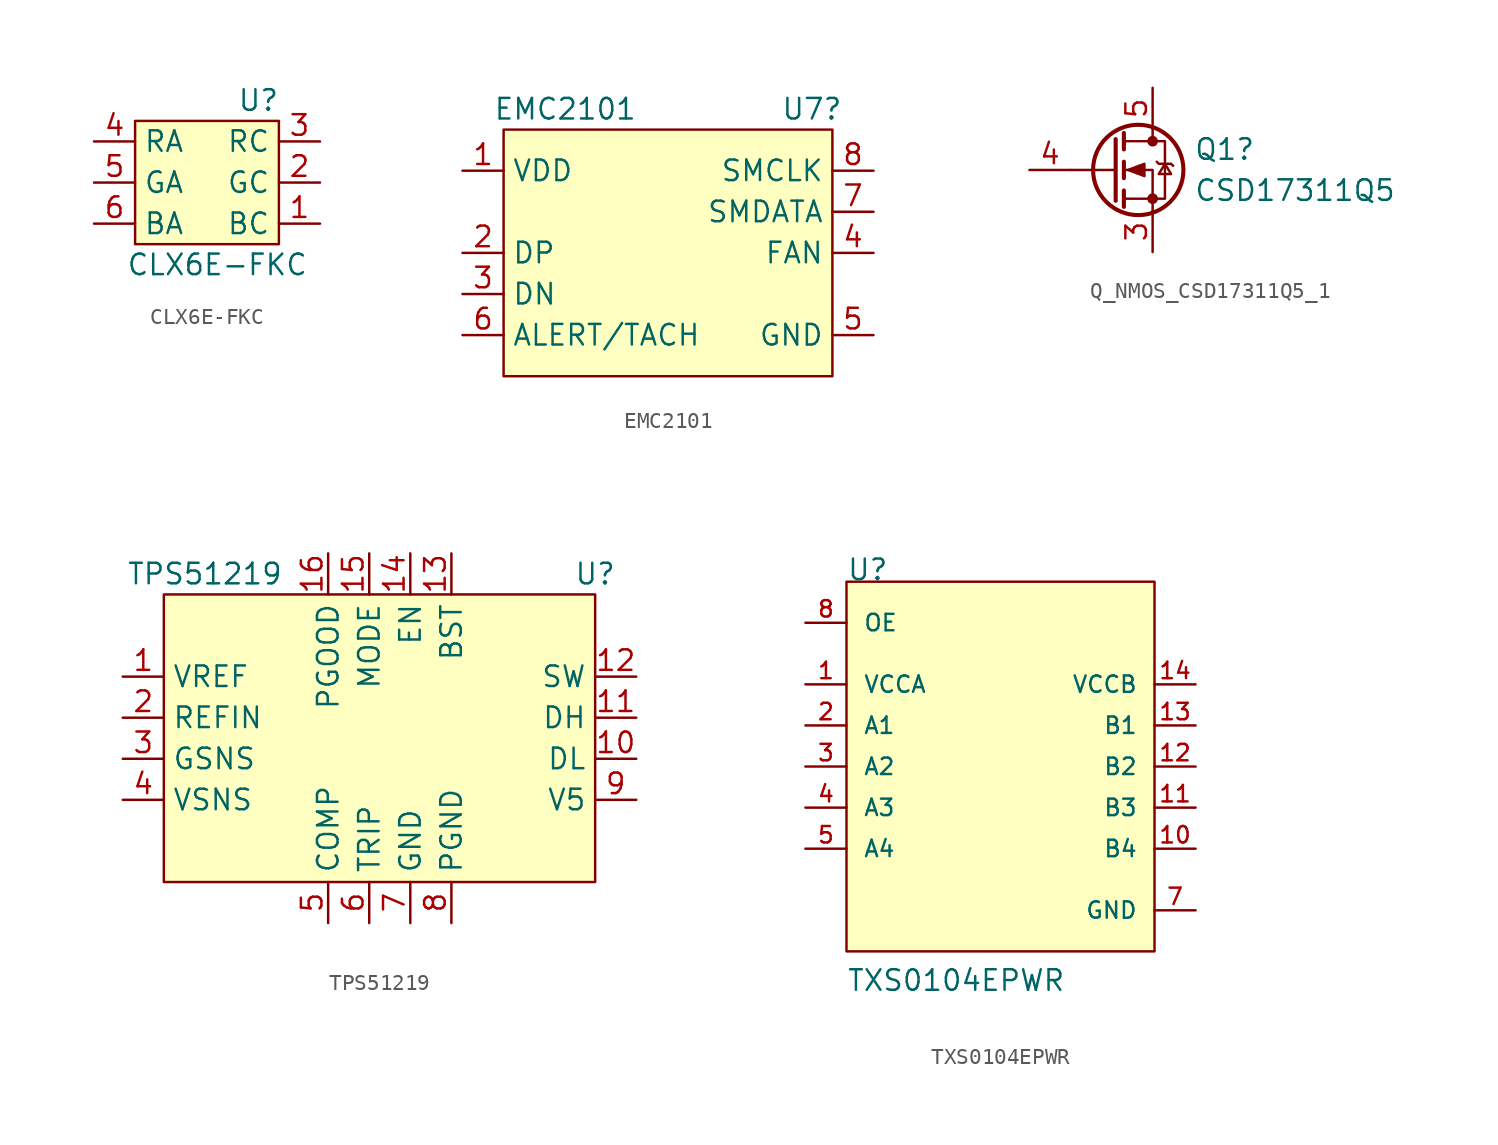
<source format=kicad_sym>
(kicad_symbol_lib
  (version 20241209)
  (generator "kicad_symbol_editor")
  (generator_version "9.0")
  (symbol "CLX6E-FKC"
    (property "Reference" "U"
      (at 3.81 5.08 0)
      (effects (font (size 1.27 1.27))))
    (property "Value" "CLX6E-FKC"
      (at 1.27 -5.08 0)
      (effects (font (size 1.27 1.27))))
    (symbol "CLX6E-FKC_0_1"
      (rectangle (start -3.81 3.81) (end 5.08 -3.81) (stroke (width 0.152) (type default)) (fill (type background))))
    (symbol "CLX6E-FKC_1_1"
      (pin bidirectional line (at -6.35 2.54 0) (length 2.54) (name "RA" (effects (font (size 1.27 1.27)))) (number "4" (effects (font (size 1.27 1.27)))))
      (pin bidirectional line (at -6.35 0 0) (length 2.54) (name "GA" (effects (font (size 1.27 1.27)))) (number "5" (effects (font (size 1.27 1.27)))))
      (pin input line (at -6.35 -2.54 0) (length 2.54) (name "BA" (effects (font (size 1.27 1.27)))) (number "6" (effects (font (size 1.27 1.27)))))
      (pin bidirectional line (at 7.62 2.54 180) (length 2.54) (name "RC" (effects (font (size 1.27 1.27)))) (number "3" (effects (font (size 1.27 1.27)))))
      (pin bidirectional line (at 7.62 0 180) (length 2.54) (name "GC" (effects (font (size 1.27 1.27)))) (number "2" (effects (font (size 1.27 1.27)))))
      (pin bidirectional line (at 7.62 -2.54 180) (length 2.54) (name "BC" (effects (font (size 1.27 1.27)))) (number "1" (effects (font (size 1.27 1.27)))))))
  (symbol "EMC2101"
    (property "Reference" "U7"
      (at 8.89 8.89 0)
      (effects (font (size 1.27 1.27))))
    (property "Value" "EMC2101"
      (at -6.35 8.89 0)
      (effects (font (size 1.27 1.27))))
    (symbol "EMC2101_0_1"
      (rectangle (start -10.16 7.62) (end 10.16 -7.62) (stroke (width 0.152) (type default)) (fill (type background))))
    (symbol "EMC2101_1_1"
      (pin power_in line (at -12.7 5.08 0) (length 2.54) (name "VDD" (effects (font (size 1.27 1.27)))) (number "1" (effects (font (size 1.27 1.27)))))
      (pin input line (at -12.7 0 0) (length 2.54) (name "DP" (effects (font (size 1.27 1.27)))) (number "2" (effects (font (size 1.27 1.27)))))
      (pin input line (at -12.7 -2.54 0) (length 2.54) (name "DN" (effects (font (size 1.27 1.27)))) (number "3" (effects (font (size 1.27 1.27)))))
      (pin input line (at -12.7 -5.08 0) (length 2.54) (name "ALERT/TACH" (effects (font (size 1.27 1.27)))) (number "6" (effects (font (size 1.27 1.27)))))
      (pin input line (at 12.7 5.08 180) (length 2.54) (name "SMCLK" (effects (font (size 1.27 1.27)))) (number "8" (effects (font (size 1.27 1.27)))))
      (pin input line (at 12.7 2.54 180) (length 2.54) (name "SMDATA" (effects (font (size 1.27 1.27)))) (number "7" (effects (font (size 1.27 1.27)))))
      (pin output line (at 12.7 0 180) (length 2.54) (name "FAN" (effects (font (size 1.27 1.27)))) (number "4" (effects (font (size 1.27 1.27)))))
      (pin power_in line (at 12.7 -5.08 180) (length 2.54) (name "GND" (effects (font (size 1.27 1.27)))) (number "5" (effects (font (size 1.27 1.27)))))))
  (symbol "Q_NMOS_CSD17311Q5_1"
    (pin_names
      (offset 0)
      (hide yes))
    (property "Reference" "Q1"
      (at 5.08 1.27 0)
      (effects (font (size 1.27 1.27)) (justify left)))
    (property "Value" "CSD17311Q5"
      (at 5.08 -1.27 0)
      (effects (font (size 1.27 1.27)) (justify left)))
    (symbol "Q_NMOS_CSD17311Q5_1_0_1"
      (polyline (pts (xy 0.254 1.905) (xy 0.254 -1.905)) (stroke (width 0.254) (type default)) (fill (type none)))
      (polyline (pts (xy 0.254 0) (xy -2.54 0)) (stroke (width 0) (type default)) (fill (type none)))
      (polyline (pts (xy 0.762 2.286) (xy 0.762 1.27)) (stroke (width 0.254) (type default)) (fill (type none)))
      (polyline (pts (xy 0.762 0.508) (xy 0.762 -0.508)) (stroke (width 0.254) (type default)) (fill (type none)))
      (polyline (pts (xy 0.762 -1.27) (xy 0.762 -2.286)) (stroke (width 0.254) (type default)) (fill (type none)))
      (polyline (pts (xy 0.762 -1.778) (xy 3.302 -1.778) (xy 3.302 1.778) (xy 0.762 1.778)) (stroke (width 0) (type default)) (fill (type none)))
      (polyline (pts (xy 1.016 0) (xy 2.032 0.381) (xy 2.032 -0.381) (xy 1.016 0)) (stroke (width 0) (type default)) (fill (type outline)))
      (circle (center 1.651 0) (radius 2.794) (stroke (width 0.254) (type default)) (fill (type none)))
      (polyline (pts (xy 2.54 2.54) (xy 2.54 1.778)) (stroke (width 0) (type default)) (fill (type none)))
      (circle (center 2.54 1.778) (radius 0.254) (stroke (width 0) (type default)) (fill (type outline)))
      (circle (center 2.54 -1.778) (radius 0.254) (stroke (width 0) (type default)) (fill (type outline)))
      (polyline (pts (xy 2.54 -2.54) (xy 2.54 0) (xy 0.762 0)) (stroke (width 0) (type default)) (fill (type none)))
      (polyline (pts (xy 2.794 0.508) (xy 2.921 0.381) (xy 3.683 0.381) (xy 3.81 0.254)) (stroke (width 0) (type default)) (fill (type none)))
      (polyline (pts (xy 3.302 0.381) (xy 2.921 -0.254) (xy 3.683 -0.254) (xy 3.302 0.381)) (stroke (width 0) (type default)) (fill (type none))))
    (symbol "Q_NMOS_CSD17311Q5_1_1_1"
      (pin input line (at -5.08 0 0) (length 2.54) (name "G" (effects (font (size 1.27 1.27)))) (number "4" (effects (font (size 1.27 1.27)))))
      (pin passive line (at 2.54 5.08 270) (length 2.54) (name "D" (effects (font (size 1.27 1.27)))) (number "5" (effects (font (size 1.27 1.27)))))
      (pin passive line (at 2.54 -5.08 90) (length 2.54) (hide yes) (name "" (effects (font (size 1.27 1.27)))) (number "1" (effects (font (size 1.27 1.27)))))
      (pin passive line (at 2.54 -5.08 90) (length 2.54) (hide yes) (name "" (effects (font (size 1.27 1.27)))) (number "2" (effects (font (size 1.27 1.27)))))
      (pin passive line (at 2.54 -5.08 90) (length 2.54) (name "S" (effects (font (size 1.27 1.27)))) (number "3" (effects (font (size 1.27 1.27)))))))
  (symbol "TPS51219"
    (property "Reference" "U"
      (at 13.97 8.89 0)
      (effects (font (size 1.27 1.27))))
    (property "Value" "TPS51219"
      (at -10.16 8.89 0)
      (effects (font (size 1.27 1.27))))
    (symbol "TPS51219_0_1"
      (rectangle (start -12.7 7.62) (end 13.97 -10.16) (stroke (width 0.152) (type default)) (fill (type background))))
    (symbol "TPS51219_1_1"
      (pin input line (at -15.24 2.54 0) (length 2.54) (name "VREF" (effects (font (size 1.27 1.27)))) (number "1" (effects (font (size 1.27 1.27)))))
      (pin input line (at -15.24 0 0) (length 2.54) (name "REFIN" (effects (font (size 1.27 1.27)))) (number "2" (effects (font (size 1.27 1.27)))))
      (pin input line (at -15.24 -2.54 0) (length 2.54) (name "GSNS" (effects (font (size 1.27 1.27)))) (number "3" (effects (font (size 1.27 1.27)))))
      (pin input line (at -15.24 -5.08 0) (length 2.54) (name "VSNS" (effects (font (size 1.27 1.27)))) (number "4" (effects (font (size 1.27 1.27)))))
      (pin input line (at -2.54 10.16 270) (length 2.54) (name "PGOOD" (effects (font (size 1.27 1.27)))) (number "16" (effects (font (size 1.27 1.27)))))
      (pin input line (at -2.54 -12.7 90) (length 2.54) (name "COMP" (effects (font (size 1.27 1.27)))) (number "5" (effects (font (size 1.27 1.27)))))
      (pin input line (at 0 10.16 270) (length 2.54) (name "MODE" (effects (font (size 1.27 1.27)))) (number "15" (effects (font (size 1.27 1.27)))))
      (pin input line (at 0 -12.7 90) (length 2.54) (name "TRIP" (effects (font (size 1.27 1.27)))) (number "6" (effects (font (size 1.27 1.27)))))
      (pin input line (at 2.54 10.16 270) (length 2.54) (name "EN" (effects (font (size 1.27 1.27)))) (number "14" (effects (font (size 1.27 1.27)))))
      (pin input line (at 2.54 -12.7 90) (length 2.54) (name "GND" (effects (font (size 1.27 1.27)))) (number "7" (effects (font (size 1.27 1.27)))))
      (pin input line (at 5.08 10.16 270) (length 2.54) (name "BST" (effects (font (size 1.27 1.27)))) (number "13" (effects (font (size 1.27 1.27)))))
      (pin input line (at 5.08 -12.7 90) (length 2.54) (name "PGND" (effects (font (size 1.27 1.27)))) (number "8" (effects (font (size 1.27 1.27)))))
      (pin input line (at 16.51 2.54 180) (length 2.54) (name "SW" (effects (font (size 1.27 1.27)))) (number "12" (effects (font (size 1.27 1.27)))))
      (pin input line (at 16.51 0 180) (length 2.54) (name "DH" (effects (font (size 1.27 1.27)))) (number "11" (effects (font (size 1.27 1.27)))))
      (pin input line (at 16.51 -2.54 180) (length 2.54) (name "DL" (effects (font (size 1.27 1.27)))) (number "10" (effects (font (size 1.27 1.27)))))
      (pin input line (at 16.51 -5.08 180) (length 2.54) (name "V5" (effects (font (size 1.27 1.27)))) (number "9" (effects (font (size 1.27 1.27)))))))
  (symbol "TXS0104EPWR"
    (pin_names
      (offset 1.016))
    (property "Reference" "U"
      (at -10.16 10.16 0)
      (effects (font (size 1.27 1.27)) (justify left bottom)))
    (property "Value" "TXS0104EPWR"
      (at -10.16 -15.24 0)
      (effects (font (size 1.27 1.27)) (justify left bottom)))
    (symbol "TXS0104EPWR_0_0"
      (rectangle (start -10.16 10.16) (end 8.89 -12.7) (stroke (width 0.152) (type default)) (fill (type background)))
      (pin input line (at -12.7 7.62 0) (length 2.54) (name "OE" (effects (font (size 1.016 1.016)))) (number "8" (effects (font (size 1.016 1.016)))))
      (pin power_in line (at -12.7 3.81 0) (length 2.54) (name "VCCA" (effects (font (size 1.016 1.016)))) (number "1" (effects (font (size 1.016 1.016)))))
      (pin bidirectional line (at -12.7 1.27 0) (length 2.54) (name "A1" (effects (font (size 1.016 1.016)))) (number "2" (effects (font (size 1.016 1.016)))))
      (pin bidirectional line (at -12.7 -1.27 0) (length 2.54) (name "A2" (effects (font (size 1.016 1.016)))) (number "3" (effects (font (size 1.016 1.016)))))
      (pin bidirectional line (at -12.7 -3.81 0) (length 2.54) (name "A3" (effects (font (size 1.016 1.016)))) (number "4" (effects (font (size 1.016 1.016)))))
      (pin bidirectional line (at -12.7 -6.35 0) (length 2.54) (name "A4" (effects (font (size 1.016 1.016)))) (number "5" (effects (font (size 1.016 1.016)))))
      (pin power_in line (at 11.43 3.81 180) (length 2.54) (name "VCCB" (effects (font (size 1.016 1.016)))) (number "14" (effects (font (size 1.016 1.016)))))
      (pin bidirectional line (at 11.43 1.27 180) (length 2.54) (name "B1" (effects (font (size 1.016 1.016)))) (number "13" (effects (font (size 1.016 1.016)))))
      (pin bidirectional line (at 11.43 -1.27 180) (length 2.54) (name "B2" (effects (font (size 1.016 1.016)))) (number "12" (effects (font (size 1.016 1.016)))))
      (pin bidirectional line (at 11.43 -3.81 180) (length 2.54) (name "B3" (effects (font (size 1.016 1.016)))) (number "11" (effects (font (size 1.016 1.016)))))
      (pin bidirectional line (at 11.43 -6.35 180) (length 2.54) (name "B4" (effects (font (size 1.016 1.016)))) (number "10" (effects (font (size 1.016 1.016)))))
      (pin power_in line (at 11.43 -10.16 180) (length 2.54) (name "GND" (effects (font (size 1.016 1.016)))) (number "7" (effects (font (size 1.016 1.016))))))))
</source>
